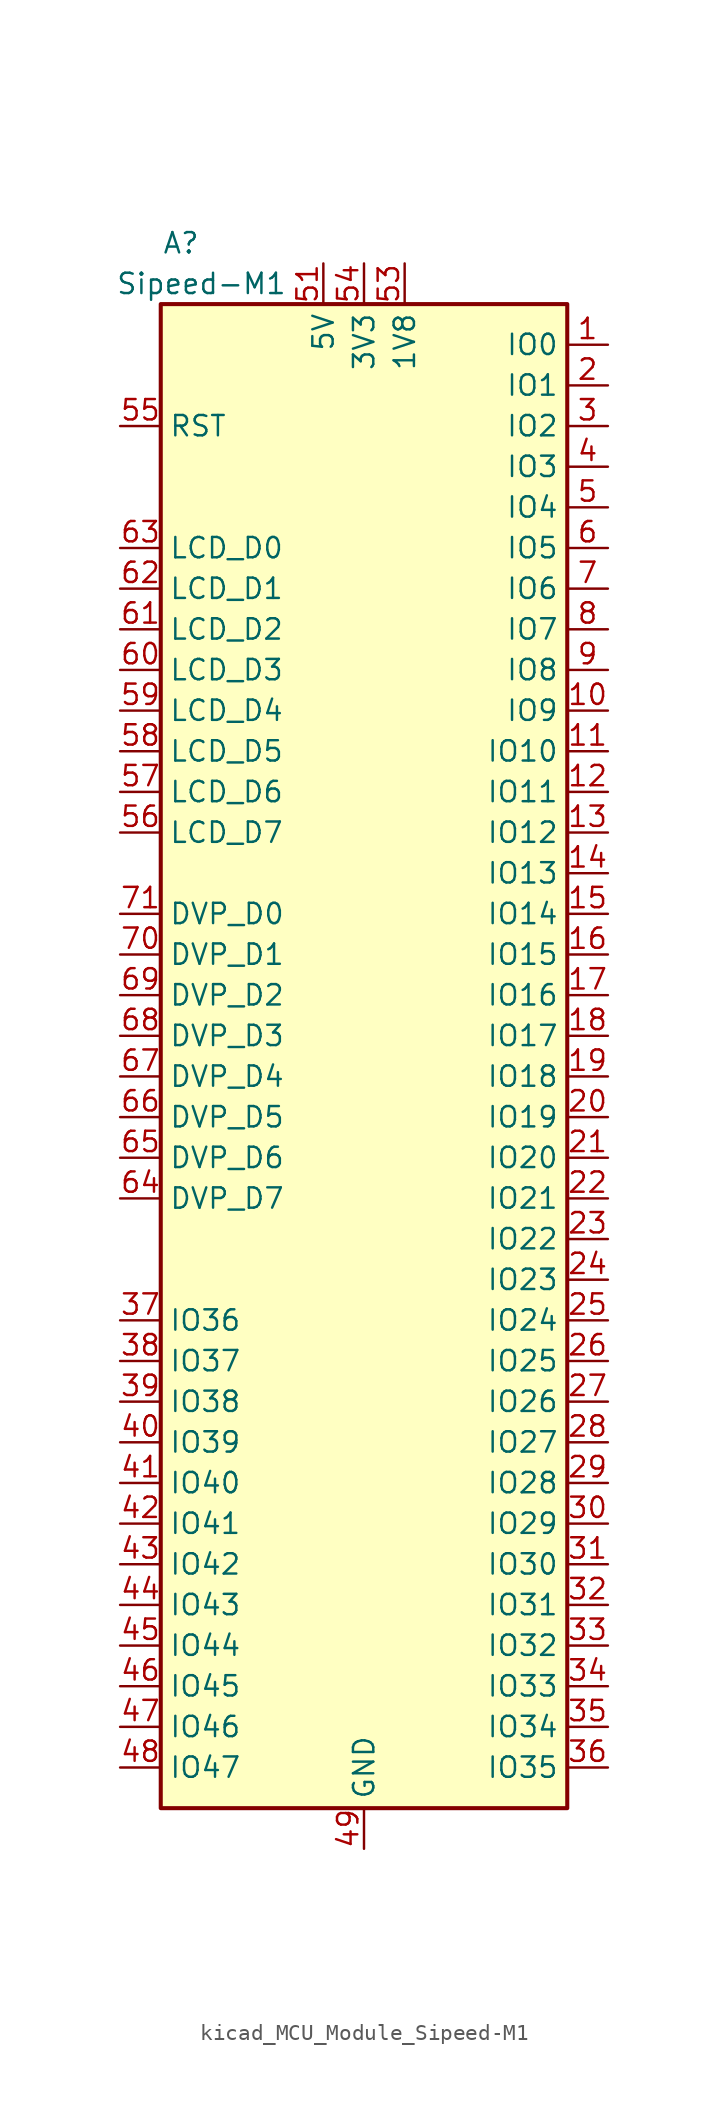
<source format=kicad_sym>
(kicad_symbol_lib
  (version 20220914)
  (generator kicad_symbol_editor)
  (symbol "kicad_MCU_Module_Sipeed-M1"
    (property "Reference" "A"
      (at -11.43 52.07 0)
      (effects (font (size 1.27 1.27))))
    (property "Value" "Sipeed-M1"
      (at -10.16 49.53 0)
      (effects (font (size 1.27 1.27))))
    (symbol "kicad_MCU_Module_Sipeed-M1_0_1"
      (rectangle (start 12.7 -45.72) (end -12.7 48.26) (stroke (width 0.254) (type default)) (fill (type background))))
    (symbol "kicad_MCU_Module_Sipeed-M1_1_1"
      (pin bidirectional line (at 15.24 45.72 180) (length 2.54) (name "IO0" (effects (font (size 1.27 1.27)))) (number "1" (effects (font (size 1.27 1.27)))))
      (pin bidirectional line (at 15.24 22.86 180) (length 2.54) (name "IO9" (effects (font (size 1.27 1.27)))) (number "10" (effects (font (size 1.27 1.27)))))
      (pin bidirectional line (at 15.24 20.32 180) (length 2.54) (name "IO10" (effects (font (size 1.27 1.27)))) (number "11" (effects (font (size 1.27 1.27)))))
      (pin bidirectional line (at 15.24 17.78 180) (length 2.54) (name "IO11" (effects (font (size 1.27 1.27)))) (number "12" (effects (font (size 1.27 1.27)))))
      (pin bidirectional line (at 15.24 15.24 180) (length 2.54) (name "IO12" (effects (font (size 1.27 1.27)))) (number "13" (effects (font (size 1.27 1.27)))))
      (pin bidirectional line (at 15.24 12.7 180) (length 2.54) (name "IO13" (effects (font (size 1.27 1.27)))) (number "14" (effects (font (size 1.27 1.27)))))
      (pin bidirectional line (at 15.24 10.16 180) (length 2.54) (name "IO14" (effects (font (size 1.27 1.27)))) (number "15" (effects (font (size 1.27 1.27)))))
      (pin bidirectional line (at 15.24 7.62 180) (length 2.54) (name "IO15" (effects (font (size 1.27 1.27)))) (number "16" (effects (font (size 1.27 1.27)))))
      (pin bidirectional line (at 15.24 5.08 180) (length 2.54) (name "IO16" (effects (font (size 1.27 1.27)))) (number "17" (effects (font (size 1.27 1.27)))))
      (pin bidirectional line (at 15.24 2.54 180) (length 2.54) (name "IO17" (effects (font (size 1.27 1.27)))) (number "18" (effects (font (size 1.27 1.27)))))
      (pin bidirectional line (at 15.24 0 180) (length 2.54) (name "IO18" (effects (font (size 1.27 1.27)))) (number "19" (effects (font (size 1.27 1.27)))))
      (pin bidirectional line (at 15.24 43.18 180) (length 2.54) (name "IO1" (effects (font (size 1.27 1.27)))) (number "2" (effects (font (size 1.27 1.27)))))
      (pin bidirectional line (at 15.24 -2.54 180) (length 2.54) (name "IO19" (effects (font (size 1.27 1.27)))) (number "20" (effects (font (size 1.27 1.27)))))
      (pin bidirectional line (at 15.24 -5.08 180) (length 2.54) (name "IO20" (effects (font (size 1.27 1.27)))) (number "21" (effects (font (size 1.27 1.27)))))
      (pin bidirectional line (at 15.24 -7.62 180) (length 2.54) (name "IO21" (effects (font (size 1.27 1.27)))) (number "22" (effects (font (size 1.27 1.27)))))
      (pin bidirectional line (at 15.24 -10.16 180) (length 2.54) (name "IO22" (effects (font (size 1.27 1.27)))) (number "23" (effects (font (size 1.27 1.27)))))
      (pin bidirectional line (at 15.24 -12.7 180) (length 2.54) (name "IO23" (effects (font (size 1.27 1.27)))) (number "24" (effects (font (size 1.27 1.27)))))
      (pin bidirectional line (at 15.24 -15.24 180) (length 2.54) (name "IO24" (effects (font (size 1.27 1.27)))) (number "25" (effects (font (size 1.27 1.27)))))
      (pin bidirectional line (at 15.24 -17.78 180) (length 2.54) (name "IO25" (effects (font (size 1.27 1.27)))) (number "26" (effects (font (size 1.27 1.27)))))
      (pin bidirectional line (at 15.24 -20.32 180) (length 2.54) (name "IO26" (effects (font (size 1.27 1.27)))) (number "27" (effects (font (size 1.27 1.27)))))
      (pin bidirectional line (at 15.24 -22.86 180) (length 2.54) (name "IO27" (effects (font (size 1.27 1.27)))) (number "28" (effects (font (size 1.27 1.27)))))
      (pin bidirectional line (at 15.24 -25.4 180) (length 2.54) (name "IO28" (effects (font (size 1.27 1.27)))) (number "29" (effects (font (size 1.27 1.27)))))
      (pin bidirectional line (at 15.24 40.64 180) (length 2.54) (name "IO2" (effects (font (size 1.27 1.27)))) (number "3" (effects (font (size 1.27 1.27)))))
      (pin bidirectional line (at 15.24 -27.94 180) (length 2.54) (name "IO29" (effects (font (size 1.27 1.27)))) (number "30" (effects (font (size 1.27 1.27)))))
      (pin bidirectional line (at 15.24 -30.48 180) (length 2.54) (name "IO30" (effects (font (size 1.27 1.27)))) (number "31" (effects (font (size 1.27 1.27)))))
      (pin bidirectional line (at 15.24 -33.02 180) (length 2.54) (name "IO31" (effects (font (size 1.27 1.27)))) (number "32" (effects (font (size 1.27 1.27)))))
      (pin bidirectional line (at 15.24 -35.56 180) (length 2.54) (name "IO32" (effects (font (size 1.27 1.27)))) (number "33" (effects (font (size 1.27 1.27)))))
      (pin bidirectional line (at 15.24 -38.1 180) (length 2.54) (name "IO33" (effects (font (size 1.27 1.27)))) (number "34" (effects (font (size 1.27 1.27)))))
      (pin bidirectional line (at 15.24 -40.64 180) (length 2.54) (name "IO34" (effects (font (size 1.27 1.27)))) (number "35" (effects (font (size 1.27 1.27)))))
      (pin bidirectional line (at 15.24 -43.18 180) (length 2.54) (name "IO35" (effects (font (size 1.27 1.27)))) (number "36" (effects (font (size 1.27 1.27)))))
      (pin bidirectional line (at -15.24 -15.24 0) (length 2.54) (name "IO36" (effects (font (size 1.27 1.27)))) (number "37" (effects (font (size 1.27 1.27)))))
      (pin bidirectional line (at -15.24 -17.78 0) (length 2.54) (name "IO37" (effects (font (size 1.27 1.27)))) (number "38" (effects (font (size 1.27 1.27)))))
      (pin bidirectional line (at -15.24 -20.32 0) (length 2.54) (name "IO38" (effects (font (size 1.27 1.27)))) (number "39" (effects (font (size 1.27 1.27)))))
      (pin bidirectional line (at 15.24 38.1 180) (length 2.54) (name "IO3" (effects (font (size 1.27 1.27)))) (number "4" (effects (font (size 1.27 1.27)))))
      (pin bidirectional line (at -15.24 -22.86 0) (length 2.54) (name "IO39" (effects (font (size 1.27 1.27)))) (number "40" (effects (font (size 1.27 1.27)))))
      (pin bidirectional line (at -15.24 -25.4 0) (length 2.54) (name "IO40" (effects (font (size 1.27 1.27)))) (number "41" (effects (font (size 1.27 1.27)))))
      (pin bidirectional line (at -15.24 -27.94 0) (length 2.54) (name "IO41" (effects (font (size 1.27 1.27)))) (number "42" (effects (font (size 1.27 1.27)))))
      (pin bidirectional line (at -15.24 -30.48 0) (length 2.54) (name "IO42" (effects (font (size 1.27 1.27)))) (number "43" (effects (font (size 1.27 1.27)))))
      (pin bidirectional line (at -15.24 -33.02 0) (length 2.54) (name "IO43" (effects (font (size 1.27 1.27)))) (number "44" (effects (font (size 1.27 1.27)))))
      (pin bidirectional line (at -15.24 -35.56 0) (length 2.54) (name "IO44" (effects (font (size 1.27 1.27)))) (number "45" (effects (font (size 1.27 1.27)))))
      (pin bidirectional line (at -15.24 -38.1 0) (length 2.54) (name "IO45" (effects (font (size 1.27 1.27)))) (number "46" (effects (font (size 1.27 1.27)))))
      (pin bidirectional line (at -15.24 -40.64 0) (length 2.54) (name "IO46" (effects (font (size 1.27 1.27)))) (number "47" (effects (font (size 1.27 1.27)))))
      (pin bidirectional line (at -15.24 -43.18 0) (length 2.54) (name "IO47" (effects (font (size 1.27 1.27)))) (number "48" (effects (font (size 1.27 1.27)))))
      (pin power_in line (at 0 -48.26 90) (length 2.54) (name "GND" (effects (font (size 1.27 1.27)))) (number "49" (effects (font (size 1.27 1.27)))))
      (pin bidirectional line (at 15.24 35.56 180) (length 2.54) (name "IO4" (effects (font (size 1.27 1.27)))) (number "5" (effects (font (size 1.27 1.27)))))
      (pin passive line (at 0 -48.26 90) (length 2.54) hide (name "GND" (effects (font (size 1.27 1.27)))) (number "50" (effects (font (size 1.27 1.27)))))
      (pin power_in line (at -2.54 50.8 270) (length 2.54) (name "5V" (effects (font (size 1.27 1.27)))) (number "51" (effects (font (size 1.27 1.27)))))
      (pin passive line (at -2.54 50.8 270) (length 2.54) hide (name "5V" (effects (font (size 1.27 1.27)))) (number "52" (effects (font (size 1.27 1.27)))))
      (pin power_out line (at 2.54 50.8 270) (length 2.54) (name "1V8" (effects (font (size 1.27 1.27)))) (number "53" (effects (font (size 1.27 1.27)))))
      (pin power_out line (at 0 50.8 270) (length 2.54) (name "3V3" (effects (font (size 1.27 1.27)))) (number "54" (effects (font (size 1.27 1.27)))))
      (pin input line (at -15.24 40.64 0) (length 2.54) (name "RST" (effects (font (size 1.27 1.27)))) (number "55" (effects (font (size 1.27 1.27)))))
      (pin bidirectional line (at -15.24 15.24 0) (length 2.54) (name "LCD_D7" (effects (font (size 1.27 1.27)))) (number "56" (effects (font (size 1.27 1.27)))))
      (pin bidirectional line (at -15.24 17.78 0) (length 2.54) (name "LCD_D6" (effects (font (size 1.27 1.27)))) (number "57" (effects (font (size 1.27 1.27)))))
      (pin bidirectional line (at -15.24 20.32 0) (length 2.54) (name "LCD_D5" (effects (font (size 1.27 1.27)))) (number "58" (effects (font (size 1.27 1.27)))))
      (pin bidirectional line (at -15.24 22.86 0) (length 2.54) (name "LCD_D4" (effects (font (size 1.27 1.27)))) (number "59" (effects (font (size 1.27 1.27)))))
      (pin bidirectional line (at 15.24 33.02 180) (length 2.54) (name "IO5" (effects (font (size 1.27 1.27)))) (number "6" (effects (font (size 1.27 1.27)))))
      (pin bidirectional line (at -15.24 25.4 0) (length 2.54) (name "LCD_D3" (effects (font (size 1.27 1.27)))) (number "60" (effects (font (size 1.27 1.27)))))
      (pin bidirectional line (at -15.24 27.94 0) (length 2.54) (name "LCD_D2" (effects (font (size 1.27 1.27)))) (number "61" (effects (font (size 1.27 1.27)))))
      (pin bidirectional line (at -15.24 30.48 0) (length 2.54) (name "LCD_D1" (effects (font (size 1.27 1.27)))) (number "62" (effects (font (size 1.27 1.27)))))
      (pin bidirectional line (at -15.24 33.02 0) (length 2.54) (name "LCD_D0" (effects (font (size 1.27 1.27)))) (number "63" (effects (font (size 1.27 1.27)))))
      (pin bidirectional line (at -15.24 -7.62 0) (length 2.54) (name "DVP_D7" (effects (font (size 1.27 1.27)))) (number "64" (effects (font (size 1.27 1.27)))))
      (pin bidirectional line (at -15.24 -5.08 0) (length 2.54) (name "DVP_D6" (effects (font (size 1.27 1.27)))) (number "65" (effects (font (size 1.27 1.27)))))
      (pin bidirectional line (at -15.24 -2.54 0) (length 2.54) (name "DVP_D5" (effects (font (size 1.27 1.27)))) (number "66" (effects (font (size 1.27 1.27)))))
      (pin bidirectional line (at -15.24 0 0) (length 2.54) (name "DVP_D4" (effects (font (size 1.27 1.27)))) (number "67" (effects (font (size 1.27 1.27)))))
      (pin bidirectional line (at -15.24 2.54 0) (length 2.54) (name "DVP_D3" (effects (font (size 1.27 1.27)))) (number "68" (effects (font (size 1.27 1.27)))))
      (pin bidirectional line (at -15.24 5.08 0) (length 2.54) (name "DVP_D2" (effects (font (size 1.27 1.27)))) (number "69" (effects (font (size 1.27 1.27)))))
      (pin bidirectional line (at 15.24 30.48 180) (length 2.54) (name "IO6" (effects (font (size 1.27 1.27)))) (number "7" (effects (font (size 1.27 1.27)))))
      (pin bidirectional line (at -15.24 7.62 0) (length 2.54) (name "DVP_D1" (effects (font (size 1.27 1.27)))) (number "70" (effects (font (size 1.27 1.27)))))
      (pin bidirectional line (at -15.24 10.16 0) (length 2.54) (name "DVP_D0" (effects (font (size 1.27 1.27)))) (number "71" (effects (font (size 1.27 1.27)))))
      (pin passive line (at 0 -48.26 90) (length 2.54) hide (name "GND" (effects (font (size 1.27 1.27)))) (number "72" (effects (font (size 1.27 1.27)))))
      (pin passive line (at 0 -48.26 90) (length 2.54) hide (name "GND" (effects (font (size 1.27 1.27)))) (number "73" (effects (font (size 1.27 1.27)))))
      (pin passive line (at 0 -48.26 90) (length 2.54) hide (name "GND" (effects (font (size 1.27 1.27)))) (number "74" (effects (font (size 1.27 1.27)))))
      (pin passive line (at 0 -48.26 90) (length 2.54) hide (name "GND" (effects (font (size 1.27 1.27)))) (number "75" (effects (font (size 1.27 1.27)))))
      (pin passive line (at 0 -48.26 90) (length 2.54) hide (name "GND" (effects (font (size 1.27 1.27)))) (number "76" (effects (font (size 1.27 1.27)))))
      (pin passive line (at 0 -48.26 90) (length 2.54) hide (name "GND" (effects (font (size 1.27 1.27)))) (number "77" (effects (font (size 1.27 1.27)))))
      (pin bidirectional line (at 15.24 27.94 180) (length 2.54) (name "IO7" (effects (font (size 1.27 1.27)))) (number "8" (effects (font (size 1.27 1.27)))))
      (pin bidirectional line (at 15.24 25.4 180) (length 2.54) (name "IO8" (effects (font (size 1.27 1.27)))) (number "9" (effects (font (size 1.27 1.27))))))))
</source>
